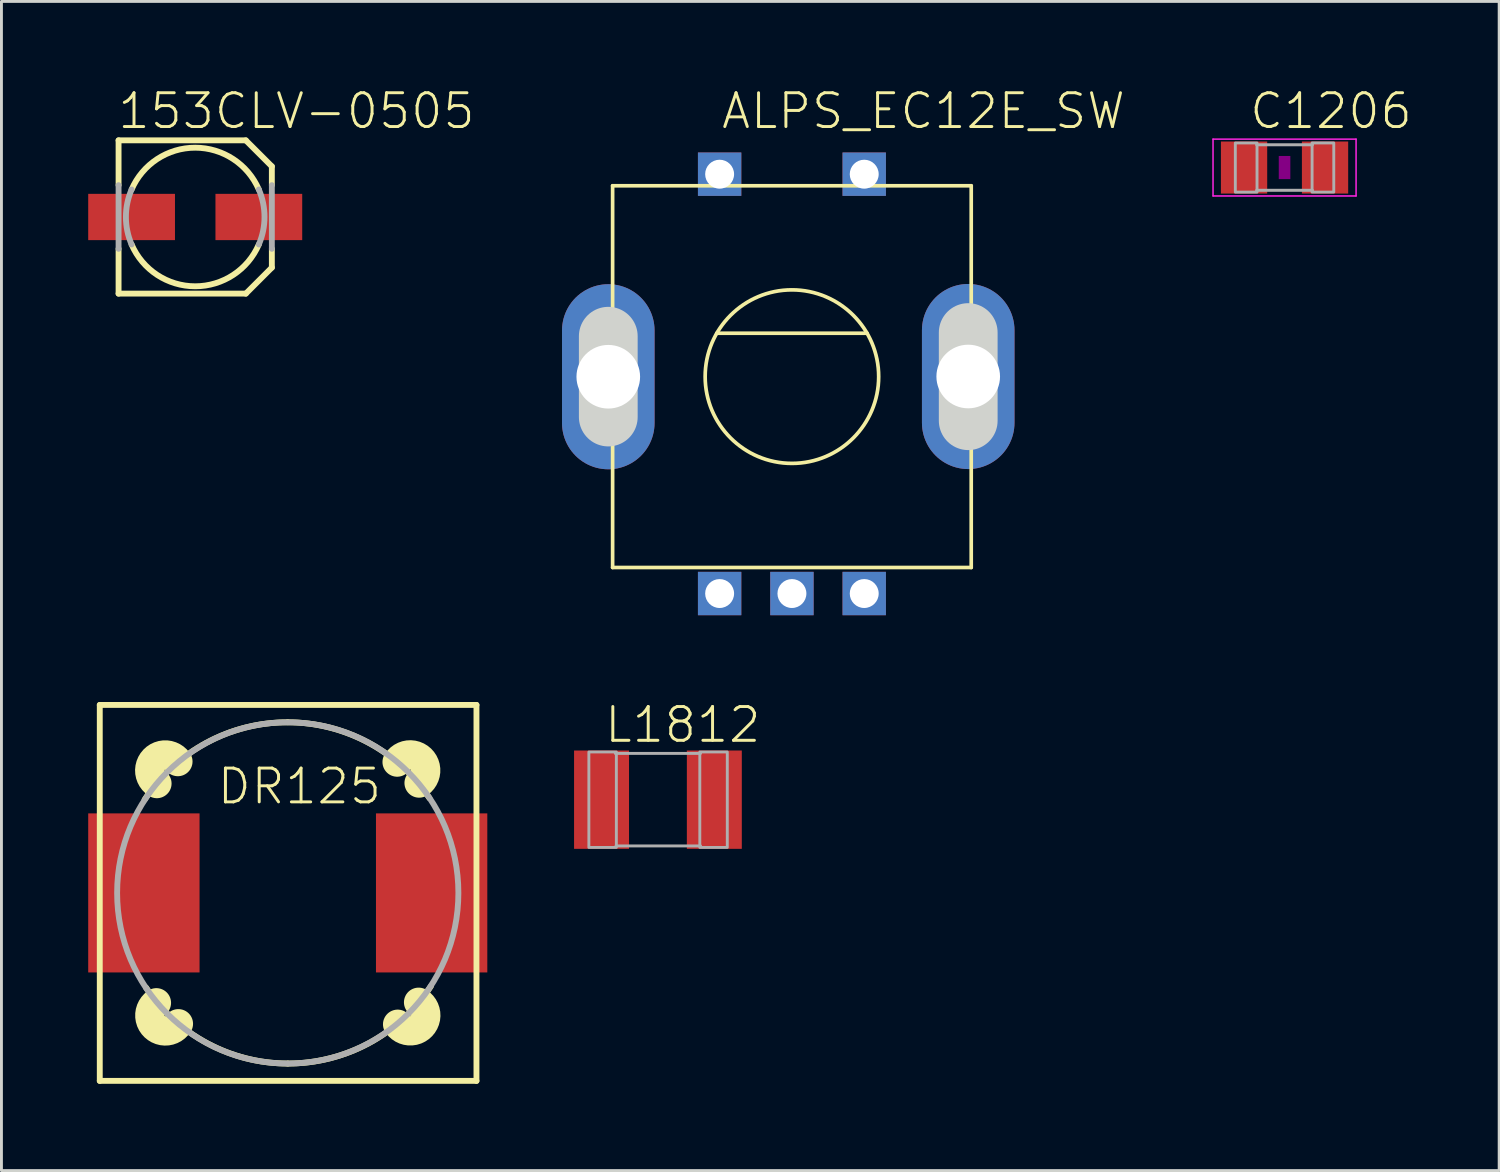
<source format=kicad_pcb>
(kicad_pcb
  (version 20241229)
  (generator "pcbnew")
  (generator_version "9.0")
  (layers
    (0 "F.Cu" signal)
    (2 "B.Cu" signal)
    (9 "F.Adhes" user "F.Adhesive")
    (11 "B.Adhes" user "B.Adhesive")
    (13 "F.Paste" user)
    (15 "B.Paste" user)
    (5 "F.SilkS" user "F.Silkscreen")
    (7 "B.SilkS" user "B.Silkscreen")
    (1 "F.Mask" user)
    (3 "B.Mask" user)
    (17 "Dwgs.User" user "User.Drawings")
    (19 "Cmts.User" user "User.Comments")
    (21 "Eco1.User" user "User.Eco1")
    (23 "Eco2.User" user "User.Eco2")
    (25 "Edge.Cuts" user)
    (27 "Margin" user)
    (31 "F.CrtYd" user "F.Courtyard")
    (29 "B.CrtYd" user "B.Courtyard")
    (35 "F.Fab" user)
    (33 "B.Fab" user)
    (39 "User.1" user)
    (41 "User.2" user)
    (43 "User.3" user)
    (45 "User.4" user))
  (footprint "DR125"
    (layer "F.Cu")
    (at 6.9 27.825)
    (property "Reference" "DR125" (at -2.5 -3 0) (layer "F.SilkS") (effects (font (size 1.168 1.168) (thickness 0.102)) (justify left bottom)))
    (fp_line (start -6.5 -6.5) (end 6.525 -6.5) (stroke (width 0.203) (type solid)) (layer "F.SilkS"))
    (fp_line (start -6.5 6.5) (end -6.5 -6.5) (stroke (width 0.203) (type solid)) (layer "F.SilkS"))
    (fp_line (start 6.525 -6.5) (end 6.525 6.5) (stroke (width 0.203) (type solid)) (layer "F.SilkS"))
    (fp_line (start 6.525 6.5) (end -6.5 6.5) (stroke (width 0.203) (type solid)) (layer "F.SilkS"))
    (fp_arc (start -4.95 -3.225) (mid -2.814412 -5.190572) (end 0 -5.9) (stroke (width 0.2032) (type solid)) (layer "F.SilkS"))
    (fp_arc (start -4.5254 -3.783) (mid -4.624306 -4.602932) (end -3.8006 -4.543099) (stroke (width 1.016) (type solid)) (layer "F.SilkS"))
    (fp_arc (start -3.783 4.5254) (mid -4.602932 4.624306) (end -4.543099 3.8006) (stroke (width 1.016) (type solid)) (layer "F.SilkS"))
    (fp_arc (start 0 -5.9) (mid 2.778519 -5.200736) (end 4.9 -3.275) (stroke (width 0.2032) (type solid)) (layer "F.SilkS"))
    (fp_arc (start 0 5.9) (mid -2.778519 5.200736) (end -4.9 3.275) (stroke (width 0.2032) (type solid)) (layer "F.SilkS"))
    (fp_arc (start 3.783 -4.5254) (mid 4.602932 -4.624306) (end 4.543099 -3.8006) (stroke (width 1.016) (type solid)) (layer "F.SilkS"))
    (fp_arc (start 4.5254 3.783) (mid 4.624306 4.602932) (end 3.8006 4.543099) (stroke (width 1.016) (type solid)) (layer "F.SilkS"))
    (fp_arc (start 4.95 3.225) (mid 2.814412 5.190572) (end 0 5.9) (stroke (width 0.2032) (type solid)) (layer "F.SilkS"))
    (fp_circle (center 0 0) (end 5.9 0) (stroke (width 0.203) (type solid)) (fill no) (layer "F.Fab"))
    (pad "1" smd rect (at -4.975 0) (size 3.85 5.5) (layers "F.Cu" "F.Mask" "F.Paste"))
    (pad "2" smd rect (at 4.975 0) (size 3.85 5.5) (layers "F.Cu" "F.Mask" "F.Paste")))
  (footprint "153CLV-0505"
    (layer "F.Cu")
    (at 3.7 4.453)
    (property "Reference" "153CLV-0505" (at -2.74 -2.98 0) (layer "F.SilkS") (effects (font (size 1.168 1.168) (thickness 0.102)) (justify left bottom)))
    (fp_line (start -2.65 -2.65) (end 1.75 -2.65) (stroke (width 0.203) (type solid)) (layer "F.SilkS"))
    (fp_line (start -2.65 -1.1) (end -2.65 -2.65) (stroke (width 0.203) (type solid)) (layer "F.SilkS"))
    (fp_line (start -2.65 2.65) (end -2.65 1.1) (stroke (width 0.203) (type solid)) (layer "F.SilkS"))
    (fp_line (start 1.75 -2.65) (end 2.65 -1.75) (stroke (width 0.203) (type solid)) (layer "F.SilkS"))
    (fp_line (start 1.75 2.65) (end -2.65 2.65) (stroke (width 0.203) (type solid)) (layer "F.SilkS"))
    (fp_line (start 2.65 -1.75) (end 2.65 -1.1) (stroke (width 0.203) (type solid)) (layer "F.SilkS"))
    (fp_line (start 2.65 1.1) (end 2.65 1.75) (stroke (width 0.203) (type solid)) (layer "F.SilkS"))
    (fp_line (start 2.65 1.75) (end 1.75 2.65) (stroke (width 0.203) (type solid)) (layer "F.SilkS"))
    (fp_arc (start -2.2 -0.95) (mid 0 -2.396351) (end 2.2 -0.95) (stroke (width 0.2032) (type solid)) (layer "F.SilkS"))
    (fp_arc (start 2.2 0.95) (mid 0 2.396351) (end -2.2 0.95) (stroke (width 0.2032) (type solid)) (layer "F.SilkS"))
    (fp_line (start -2.65 1.1) (end -2.65 -1.1) (stroke (width 0.203) (type solid)) (layer "F.Fab"))
    (fp_line (start 2.65 -1.1) (end 2.65 1.1) (stroke (width 0.203) (type solid)) (layer "F.Fab"))
    (fp_arc (start -2.2 0.95) (mid -2.396351 0) (end -2.2 -0.95) (stroke (width 0.2032) (type solid)) (layer "F.Fab"))
    (fp_arc (start 2.2 -0.95) (mid 2.396351 0) (end 2.2 0.95) (stroke (width 0.2032) (type solid)) (layer "F.Fab"))
    (pad "+" smd rect (at 2.2 0) (size 3 1.6) (layers "F.Cu" "F.Mask" "F.Paste"))
    (pad "-" smd rect (at -2.2 0) (size 3 1.6) (layers "F.Cu" "F.Mask" "F.Paste")))
  (footprint "ALPS_EC12E_SW"
    (layer "F.Cu")
    (at 24.333 9.973)
    (property "Reference" "ALPS_EC12E_SW" (at -2.5 -8.5 0) (layer "F.SilkS") (effects (font (size 1.168 1.168) (thickness 0.102)) (justify left bottom)))
    (fp_line (start -6.2 -6.6) (end -6.2 6.6) (stroke (width 0.127) (type solid)) (layer "F.SilkS"))
    (fp_line (start -6.2 6.6) (end 6.2 6.6) (stroke (width 0.127) (type solid)) (layer "F.SilkS"))
    (fp_line (start -2.6 -1.5) (end 2.6 -1.5) (stroke (width 0.127) (type solid)) (layer "F.SilkS"))
    (fp_line (start 6.2 -6.6) (end -6.2 -6.6) (stroke (width 0.127) (type solid)) (layer "F.SilkS"))
    (fp_line (start 6.2 6.6) (end 6.2 -6.6) (stroke (width 0.127) (type solid)) (layer "F.SilkS"))
    (fp_circle (center 0 0) (end 3 0) (stroke (width 0.127) (type solid)) (fill no) (layer "F.SilkS"))
    (fp_line (start -6.35 -1.397) (end -6.35 1.397) (stroke (width 2.032) (type solid)) (layer "Edge.Cuts"))
    (fp_line (start 6.096 -1.524) (end 6.096 1.524) (stroke (width 2.032) (type solid)) (layer "Edge.Cuts"))
    (pad "A" thru_hole rect (at -2.5 7.5) (size 1.5 1.5) (drill 1) (layers "*.Cu" "*.Mask"))
    (pad "B" thru_hole rect (at 2.5 7.5) (size 1.5 1.5) (drill 1) (layers "*.Cu" "*.Mask"))
    (pad "C" thru_hole rect (at 0 7.5) (size 1.5 1.5) (drill 1) (layers "*.Cu" "*.Mask"))
    (pad "D" thru_hole rect (at -2.5 -7) (size 1.5 1.5) (drill 1) (layers "*.Cu" "*.Mask"))
    (pad "E" thru_hole rect (at 2.5 -7) (size 1.5 1.5) (drill 1) (layers "*.Cu" "*.Mask"))
    (pad "GND1" thru_hole oval (at -6.35 0.004 90) (size 6.4 3.2) (drill 2.2) (layers "*.Cu" "*.Mask"))
    (pad "GND2" thru_hole oval (at 6.096 -0.004 90) (size 6.4 3.2) (drill 2.2) (layers "*.Cu" "*.Mask")))
  (footprint "L1812"
    (layer "F.Cu")
    (at 19.7 24.601)
    (property "Reference" "L1812" (at -1.905 -1.905 0) (layer "F.SilkS") (effects (font (size 1.168 1.168) (thickness 0.102)) (justify left bottom)))
    (fp_line (start -1.473 -1.6) (end 1.473 -1.6) (stroke (width 0.102) (type solid)) (layer "F.Fab"))
    (fp_line (start -1.448 1.6) (end 1.473 1.6) (stroke (width 0.102) (type solid)) (layer "F.Fab"))
    (fp_poly (pts (xy -2.388 1.651) (xy -1.438 1.651) (xy -1.438 -1.649) (xy -2.388 -1.649)) (stroke (width 0.1) (type default)) (fill no) (layer "F.Fab"))
    (fp_poly (pts (xy 1.448 1.651) (xy 2.398 1.651) (xy 2.398 -1.649) (xy 1.448 -1.649)) (stroke (width 0.1) (type default)) (fill no) (layer "F.Fab"))
    (pad "1" smd rect (at -1.95 0) (size 1.9 3.4) (layers "F.Cu" "F.Mask" "F.Paste"))
    (pad "2" smd rect (at 1.95 0) (size 1.9 3.4) (layers "F.Cu" "F.Mask" "F.Paste")))
  (footprint "C1206"
    (layer "F.Cu")
    (at 41.367 2.743)
    (property "Reference" "C1206" (at -1.27 -1.27 0) (layer "F.SilkS") (effects (font (size 1.168 1.168) (thickness 0.102)) (justify left bottom)))
    (fp_poly (pts (xy -0.2 0.4) (xy 0.2 0.4) (xy 0.2 -0.4) (xy -0.2 -0.4)) (stroke (width 0) (type default)) (fill yes) (layer "F.Adhes"))
    (fp_line (start -2.473 -0.983) (end 2.473 -0.983) (stroke (width 0.051) (type solid)) (layer "F.CrtYd"))
    (fp_line (start -2.473 0.983) (end -2.473 -0.983) (stroke (width 0.051) (type solid)) (layer "F.CrtYd"))
    (fp_line (start 2.473 -0.983) (end 2.473 0.983) (stroke (width 0.051) (type solid)) (layer "F.CrtYd"))
    (fp_line (start 2.473 0.983) (end -2.473 0.983) (stroke (width 0.051) (type solid)) (layer "F.CrtYd"))
    (fp_line (start -0.965 -0.787) (end 0.965 -0.787) (stroke (width 0.102) (type solid)) (layer "F.Fab"))
    (fp_line (start -0.965 0.787) (end 0.965 0.787) (stroke (width 0.102) (type solid)) (layer "F.Fab"))
    (fp_poly (pts (xy -1.702 0.851) (xy -0.952 0.851) (xy -0.952 -0.849) (xy -1.702 -0.849)) (stroke (width 0.1) (type default)) (fill no) (layer "F.Fab"))
    (fp_poly (pts (xy 0.952 0.849) (xy 1.702 0.849) (xy 1.702 -0.851) (xy 0.952 -0.851)) (stroke (width 0.1) (type default)) (fill no) (layer "F.Fab"))
    (pad "1" smd rect (at -1.4 0) (size 1.6 1.8) (layers "F.Cu" "F.Mask" "F.Paste"))
    (pad "2" smd rect (at 1.4 0) (size 1.6 1.8) (layers "F.Cu" "F.Mask" "F.Paste")))
  (gr_rect
    (start -3 -3)
    (end 48.788 37.426)
    (stroke (width 0.1) (type default))
    (fill no)
    (layer "Edge.Cuts")))
</source>
